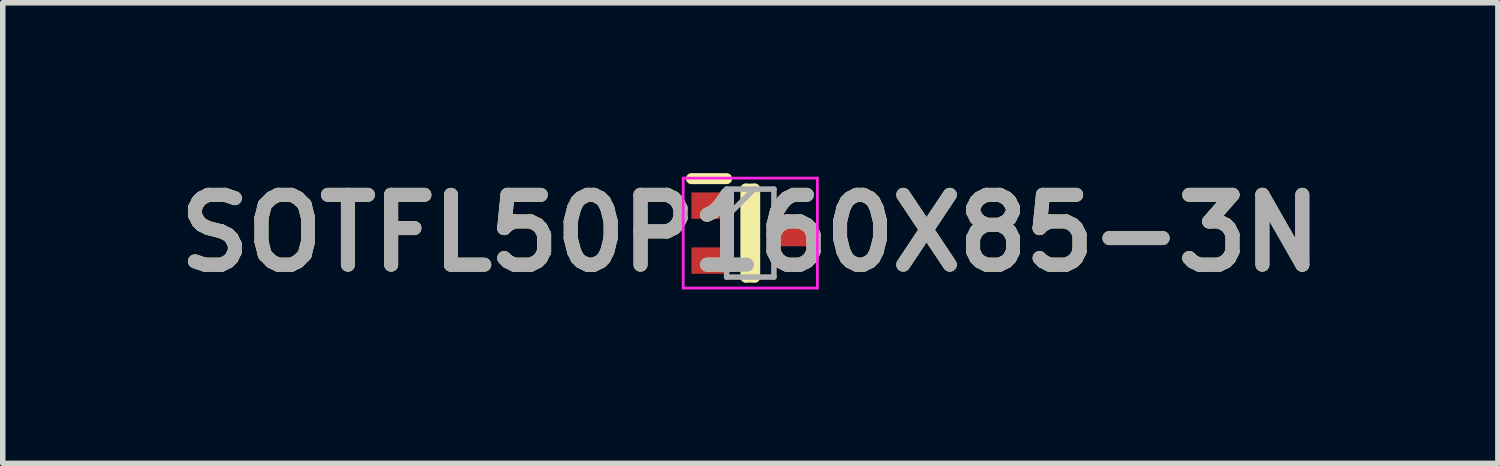
<source format=kicad_pcb>
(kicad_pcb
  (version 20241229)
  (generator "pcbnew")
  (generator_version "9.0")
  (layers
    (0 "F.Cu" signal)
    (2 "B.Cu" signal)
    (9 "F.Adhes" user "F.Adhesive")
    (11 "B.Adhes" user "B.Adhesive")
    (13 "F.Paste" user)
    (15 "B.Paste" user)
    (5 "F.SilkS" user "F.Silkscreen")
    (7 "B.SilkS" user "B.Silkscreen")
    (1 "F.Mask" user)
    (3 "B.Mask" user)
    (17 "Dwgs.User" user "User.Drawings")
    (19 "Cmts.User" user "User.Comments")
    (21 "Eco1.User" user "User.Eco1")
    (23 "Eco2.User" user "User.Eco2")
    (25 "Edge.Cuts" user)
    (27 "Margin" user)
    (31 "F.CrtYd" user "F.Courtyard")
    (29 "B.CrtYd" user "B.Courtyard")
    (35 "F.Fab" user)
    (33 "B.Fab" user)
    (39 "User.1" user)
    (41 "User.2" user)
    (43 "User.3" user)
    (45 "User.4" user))
  (footprint "SOTFL50P160X85-3N"
    (layer "F.Cu")
    (at 10.595 1.189)
    (property "Reference" "SOTFL50P160X85-3N" (at 0 0 0) (layer "F.SilkS") (effects (font (size 1.27 1.27) (thickness 0.254))))
    (attr smd)
    (fp_line (start -1.07 -0.99) (end -0.43 -0.99) (stroke (width 0.2) (type solid)) (layer "F.SilkS"))
    (fp_line (start -0.08 -0.8) (end 0.08 -0.8) (stroke (width 0.2) (type solid)) (layer "F.SilkS"))
    (fp_line (start -0.08 0.8) (end -0.08 -0.8) (stroke (width 0.2) (type solid)) (layer "F.SilkS"))
    (fp_line (start 0.08 -0.8) (end 0.08 0.8) (stroke (width 0.2) (type solid)) (layer "F.SilkS"))
    (fp_line (start 0.08 0.8) (end -0.08 0.8) (stroke (width 0.2) (type solid)) (layer "F.SilkS"))
    (fp_line (start -1.22 -1) (end 1.22 -1) (stroke (width 0.05) (type solid)) (layer "F.CrtYd"))
    (fp_line (start -1.22 1) (end -1.22 -1) (stroke (width 0.05) (type solid)) (layer "F.CrtYd"))
    (fp_line (start 1.22 -1) (end 1.22 1) (stroke (width 0.05) (type solid)) (layer "F.CrtYd"))
    (fp_line (start 1.22 1) (end -1.22 1) (stroke (width 0.05) (type solid)) (layer "F.CrtYd"))
    (fp_line (start -0.43 -0.8) (end 0.43 -0.8) (stroke (width 0.1) (type solid)) (layer "F.Fab"))
    (fp_line (start -0.43 -0.3) (end 0.07 -0.8) (stroke (width 0.1) (type solid)) (layer "F.Fab"))
    (fp_line (start -0.43 0.8) (end -0.43 -0.8) (stroke (width 0.1) (type solid)) (layer "F.Fab"))
    (fp_line (start 0.43 -0.8) (end 0.43 0.8) (stroke (width 0.1) (type solid)) (layer "F.Fab"))
    (fp_line (start 0.43 0.8) (end -0.43 0.8) (stroke (width 0.1) (type solid)) (layer "F.Fab"))
    (fp_text user "${REFERENCE}" (at 0 0 0) (layer "F.Fab") (effects (font (size 1.27 1.27) (thickness 0.254))))
    (pad "1" smd rect (at -0.75 -0.5 90) (size 0.48 0.64) (layers "F.Cu" "F.Mask" "F.Paste"))
    (pad "2" smd rect (at -0.75 0.5 90) (size 0.48 0.64) (layers "F.Cu" "F.Mask" "F.Paste"))
    (pad "3" smd rect (at 0.75 0 90) (size 0.48 0.64) (layers "F.Cu" "F.Mask" "F.Paste")))
  (gr_rect
    (start -3 -3)
    (end 24.191 5.377)
    (stroke (width 0.1) (type default))
    (fill no)
    (layer "Edge.Cuts")))
</source>
